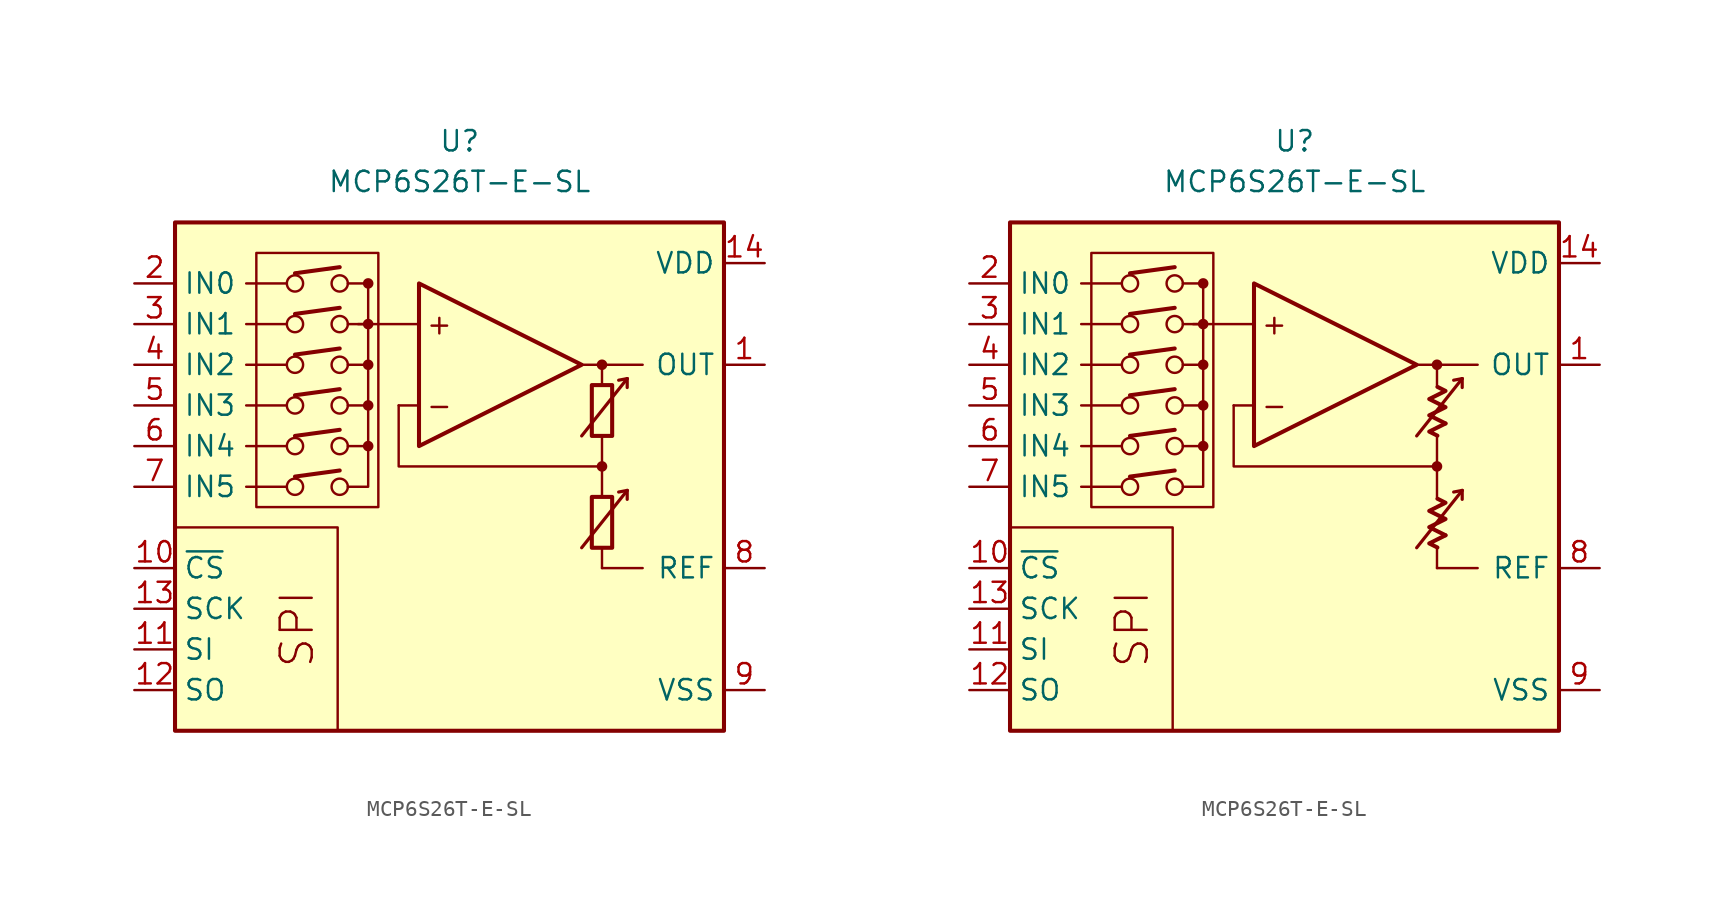
<source format=kicad_sym>
(kicad_symbol_lib
  (version 20231120)
  (generator "kicad_symbol_editor")
  (generator_version "8.0")
  (symbol "MCP6S26T-E-SL"
    (property "Reference" "U"
      (at 0 19.05 0)
      (effects (font (size 1.27 1.27))))
    (property "Value" "MCP6S26T-E-SL"
      (at 0 16.51 0)
      (effects (font (size 1.27 1.27))))
    (symbol "MCP6S26T-E-SL_0_0"
      (rectangle (start -17.78 13.97) (end 16.51 -17.78) (stroke (width 0.254) (type default)) (fill (type background)))
      (rectangle (start -12.7 12.065) (end -5.08 -3.81) (stroke (width 0.152) (type default)) (fill (type none)))
      (circle (center -10.287 -2.54) (radius 0.508) (stroke (width 0) (type default)) (fill (type none)))
      (circle (center -10.287 0) (radius 0.508) (stroke (width 0) (type default)) (fill (type none)))
      (circle (center -10.287 2.54) (radius 0.508) (stroke (width 0) (type default)) (fill (type none)))
      (circle (center -10.287 5.08) (radius 0.508) (stroke (width 0) (type default)) (fill (type none)))
      (circle (center -10.287 7.62) (radius 0.508) (stroke (width 0) (type default)) (fill (type none)))
      (circle (center -10.287 10.16) (radius 0.508) (stroke (width 0) (type default)) (fill (type none)))
      (circle (center -7.493 -2.54) (radius 0.508) (stroke (width 0) (type default)) (fill (type none)))
      (circle (center -7.493 0) (radius 0.508) (stroke (width 0) (type default)) (fill (type none)))
      (circle (center -7.493 2.54) (radius 0.508) (stroke (width 0) (type default)) (fill (type none)))
      (circle (center -7.493 5.08) (radius 0.508) (stroke (width 0) (type default)) (fill (type none)))
      (circle (center -7.493 7.62) (radius 0.508) (stroke (width 0) (type default)) (fill (type none)))
      (circle (center -7.493 10.16) (radius 0.508) (stroke (width 0) (type default)) (fill (type none)))
      (circle (center -5.715 0) (radius 0.254) (stroke (width 0.152) (type default)) (fill (type outline)))
      (circle (center -5.715 2.54) (radius 0.254) (stroke (width 0.152) (type default)) (fill (type outline)))
      (circle (center -5.715 5.08) (radius 0.254) (stroke (width 0.152) (type default)) (fill (type outline)))
      (circle (center -5.715 7.62) (radius 0.254) (stroke (width 0.152) (type default)) (fill (type outline)))
      (circle (center -5.715 10.16) (radius 0.254) (stroke (width 0.152) (type default)) (fill (type outline)))
      (polyline (pts (xy 8.89 -3.81)) (stroke (width 0.152) (type default)) (fill (type none)))
      (polyline (pts (xy 8.89 -3.81)) (stroke (width 0.152) (type default)) (fill (type none)))
      (polyline (pts (xy 8.89 -3.175)) (stroke (width 0.152) (type default)) (fill (type none)))
      (polyline (pts (xy 8.89 3.175)) (stroke (width 0.152) (type default)) (fill (type none)))
      (polyline (pts (xy 8.89 3.81)) (stroke (width 0.152) (type default)) (fill (type none)))
      (polyline (pts (xy 8.89 3.81)) (stroke (width 0.152) (type default)) (fill (type none)))
      (polyline (pts (xy -10.795 -2.54) (xy -13.335 -2.54)) (stroke (width 0.152) (type default)) (fill (type none)))
      (polyline (pts (xy -10.795 0) (xy -13.335 0)) (stroke (width 0.152) (type default)) (fill (type none)))
      (polyline (pts (xy -10.795 2.54) (xy -13.335 2.54)) (stroke (width 0.152) (type default)) (fill (type none)))
      (polyline (pts (xy -10.795 5.08) (xy -13.335 5.08)) (stroke (width 0.152) (type default)) (fill (type none)))
      (polyline (pts (xy -10.795 7.62) (xy -13.335 7.62)) (stroke (width 0.152) (type default)) (fill (type none)))
      (polyline (pts (xy -10.795 10.16) (xy -13.335 10.16)) (stroke (width 0.152) (type default)) (fill (type none)))
      (polyline (pts (xy -10.287 -1.905) (xy -7.493 -1.524)) (stroke (width 0.254) (type default)) (fill (type none)))
      (polyline (pts (xy -10.287 0.635) (xy -7.493 1.016)) (stroke (width 0.254) (type default)) (fill (type none)))
      (polyline (pts (xy -10.287 3.175) (xy -7.493 3.556)) (stroke (width 0.254) (type default)) (fill (type none)))
      (polyline (pts (xy -10.287 5.715) (xy -7.493 6.096)) (stroke (width 0.254) (type default)) (fill (type none)))
      (polyline (pts (xy -10.287 8.255) (xy -7.493 8.636)) (stroke (width 0.254) (type default)) (fill (type none)))
      (polyline (pts (xy -10.287 10.795) (xy -7.493 11.176)) (stroke (width 0.254) (type default)) (fill (type none)))
      (polyline (pts (xy -5.715 10.16) (xy -6.985 10.16)) (stroke (width 0.152) (type default)) (fill (type none)))
      (polyline (pts (xy -2.54 2.54) (xy -3.81 2.54)) (stroke (width 0.152) (type default)) (fill (type none)))
      (polyline (pts (xy -2.54 7.62) (xy -6.35 7.62)) (stroke (width 0.152) (type default)) (fill (type none)))
      (polyline (pts (xy 7.62 5.08) (xy 11.43 5.08)) (stroke (width 0.152) (type default)) (fill (type none)))
      (polyline (pts (xy 8.89 -6.35) (xy 8.89 -7.62)) (stroke (width 0.152) (type default)) (fill (type none)))
      (polyline (pts (xy 8.89 -1.27) (xy 8.89 -3.175)) (stroke (width 0.152) (type default)) (fill (type none)))
      (polyline (pts (xy 8.89 0.635) (xy 8.89 -1.27)) (stroke (width 0.152) (type default)) (fill (type none)))
      (polyline (pts (xy 8.89 5.08) (xy 8.89 3.81)) (stroke (width 0.152) (type default)) (fill (type none)))
      (polyline (pts (xy -7.62 -17.78) (xy -7.62 -5.08) (xy -17.78 -5.08)) (stroke (width 0.152) (type default)) (fill (type none)))
      (polyline (pts (xy -6.985 -2.54) (xy -5.715 -2.54) (xy -5.715 0)) (stroke (width 0.152) (type default)) (fill (type none)))
      (polyline (pts (xy -6.985 0) (xy -5.715 0) (xy -5.715 2.54)) (stroke (width 0.152) (type default)) (fill (type none)))
      (polyline (pts (xy -6.985 2.54) (xy -5.715 2.54) (xy -5.715 5.08)) (stroke (width 0.152) (type default)) (fill (type none)))
      (polyline (pts (xy -6.985 5.08) (xy -5.715 5.08) (xy -5.715 7.62)) (stroke (width 0.152) (type default)) (fill (type none)))
      (polyline (pts (xy -6.985 7.62) (xy -5.715 7.62) (xy -5.715 10.16)) (stroke (width 0.152) (type default)) (fill (type none)))
      (polyline (pts (xy 8.89 -1.27) (xy -3.81 -1.27) (xy -3.81 2.54)) (stroke (width 0.152) (type default)) (fill (type none)))
      (circle (center 8.89 -1.27) (radius 0.254) (stroke (width 0.152) (type default)) (fill (type outline)))
      (circle (center 8.89 5.08) (radius 0.254) (stroke (width 0.152) (type default)) (fill (type outline)))
      (text "+" (at -1.27 7.62 0) (effects (font (size 1.27 1.27))))
      (text "-" (at -1.27 2.54 0) (effects (font (size 1.27 1.27))))
      (text "SPI" (at -10.16 -11.43 900) (effects (font (size 2 2)))))
    (symbol "MCP6S26T-E-SL_0_1"
      (rectangle (start 8.255 -3.175) (end 9.525 -6.35) (stroke (width 0.254) (type default)) (fill (type none)))
      (rectangle (start 8.255 3.81) (end 9.525 0.635) (stroke (width 0.254) (type default)) (fill (type none))))
    (symbol "MCP6S26T-E-SL_0_2"
      (polyline (pts (xy 9.422 -5.572) (xy 8.406 -6.08) (xy 8.915 -6.333)) (stroke (width 0.254) (type default)) (fill (type none)))
      (polyline (pts (xy 9.422 1.413) (xy 8.406 0.905) (xy 8.915 0.651)) (stroke (width 0.254) (type default)) (fill (type none)))
      (polyline (pts (xy 8.915 -3.285) (xy 9.422 -3.539) (xy 8.406 -4.048) (xy 9.422 -4.556) (xy 8.406 -5.064) (xy 9.422 -5.572)) (stroke (width 0.254) (type default)) (fill (type none)))
      (polyline (pts (xy 8.915 3.7) (xy 9.422 3.446) (xy 8.406 2.938) (xy 9.422 2.429) (xy 8.406 1.921) (xy 9.422 1.413)) (stroke (width 0.254) (type default)) (fill (type none))))
    (symbol "MCP6S26T-E-SL_1_0"
      (polyline (pts (xy 8.89 -7.62) (xy 11.43 -7.62)) (stroke (width 0) (type default)) (fill (type none)))
      (polyline (pts (xy 10.465 -2.769) (xy 9.931 -2.87)) (stroke (width 0.2) (type default)) (fill (type none)))
      (polyline (pts (xy 10.465 -2.769) (xy 10.465 -3.327)) (stroke (width 0.2) (type default)) (fill (type none)))
      (polyline (pts (xy 10.465 4.216) (xy 9.931 4.115)) (stroke (width 0.2) (type default)) (fill (type none)))
      (polyline (pts (xy 10.465 4.216) (xy 10.465 3.658)) (stroke (width 0.2) (type default)) (fill (type none)))
      (polyline (pts (xy -2.54 10.16) (xy -2.54 0) (xy 7.62 5.08) (xy -2.54 10.16)) (stroke (width 0.254) (type default)) (fill (type background)))
      (polyline (pts (xy 7.62 -6.35) (xy 10.465 -2.769) (xy 10.465 -2.769) (xy 10.465 -2.769)) (stroke (width 0.2) (type default)) (fill (type none)))
      (polyline (pts (xy 7.62 0.635) (xy 10.465 4.216) (xy 10.465 4.216) (xy 10.465 4.216)) (stroke (width 0.2) (type default)) (fill (type none))))
    (symbol "MCP6S26T-E-SL_1_1"
      (pin output line (at 19.05 5.08 180) (length 2.54) (name "OUT" (effects (font (size 1.27 1.27)))) (number "1" (effects (font (size 1.27 1.27)))))
      (pin input line (at -20.32 -7.62 0) (length 2.54) (name "~{CS}" (effects (font (size 1.27 1.27)))) (number "10" (effects (font (size 1.27 1.27)))))
      (pin input line (at -20.32 -12.7 0) (length 2.54) (name "SI" (effects (font (size 1.27 1.27)))) (number "11" (effects (font (size 1.27 1.27)))))
      (pin output line (at -20.32 -15.24 0) (length 2.54) (name "SO" (effects (font (size 1.27 1.27)))) (number "12" (effects (font (size 1.27 1.27)))))
      (pin input line (at -20.32 -10.16 0) (length 2.54) (name "SCK" (effects (font (size 1.27 1.27)))) (number "13" (effects (font (size 1.27 1.27)))))
      (pin power_in line (at 19.05 11.43 180) (length 2.54) (name "VDD" (effects (font (size 1.27 1.27)))) (number "14" (effects (font (size 1.27 1.27)))))
      (pin input line (at -20.32 10.16 0) (length 2.54) (name "IN0" (effects (font (size 1.27 1.27)))) (number "2" (effects (font (size 1.27 1.27)))))
      (pin input line (at -20.32 7.62 0) (length 2.54) (name "IN1" (effects (font (size 1.27 1.27)))) (number "3" (effects (font (size 1.27 1.27)))))
      (pin input line (at -20.32 5.08 0) (length 2.54) (name "IN2" (effects (font (size 1.27 1.27)))) (number "4" (effects (font (size 1.27 1.27)))))
      (pin input line (at -20.32 2.54 0) (length 2.54) (name "IN3" (effects (font (size 1.27 1.27)))) (number "5" (effects (font (size 1.27 1.27)))))
      (pin input line (at -20.32 0 0) (length 2.54) (name "IN4" (effects (font (size 1.27 1.27)))) (number "6" (effects (font (size 1.27 1.27)))))
      (pin input line (at -20.32 -2.54 0) (length 2.54) (name "IN5" (effects (font (size 1.27 1.27)))) (number "7" (effects (font (size 1.27 1.27)))))
      (pin passive line (at 19.05 -7.62 180) (length 2.54) (name "REF" (effects (font (size 1.27 1.27)))) (number "8" (effects (font (size 1.27 1.27)))))
      (pin power_in line (at 19.05 -15.24 180) (length 2.54) (name "VSS" (effects (font (size 1.27 1.27)))) (number "9" (effects (font (size 1.27 1.27))))))
    (symbol "MCP6S26T-E-SL_1_2"
      (pin output line (at 19.05 5.08 180) (length 2.54) (name "OUT" (effects (font (size 1.27 1.27)))) (number "1" (effects (font (size 1.27 1.27)))))
      (pin input line (at -20.32 -7.62 0) (length 2.54) (name "~{CS}" (effects (font (size 1.27 1.27)))) (number "10" (effects (font (size 1.27 1.27)))))
      (pin input line (at -20.32 -12.7 0) (length 2.54) (name "SI" (effects (font (size 1.27 1.27)))) (number "11" (effects (font (size 1.27 1.27)))))
      (pin output line (at -20.32 -15.24 0) (length 2.54) (name "SO" (effects (font (size 1.27 1.27)))) (number "12" (effects (font (size 1.27 1.27)))))
      (pin input line (at -20.32 -10.16 0) (length 2.54) (name "SCK" (effects (font (size 1.27 1.27)))) (number "13" (effects (font (size 1.27 1.27)))))
      (pin power_in line (at 19.05 11.43 180) (length 2.54) (name "VDD" (effects (font (size 1.27 1.27)))) (number "14" (effects (font (size 1.27 1.27)))))
      (pin input line (at -20.32 10.16 0) (length 2.54) (name "IN0" (effects (font (size 1.27 1.27)))) (number "2" (effects (font (size 1.27 1.27)))))
      (pin input line (at -20.32 7.62 0) (length 2.54) (name "IN1" (effects (font (size 1.27 1.27)))) (number "3" (effects (font (size 1.27 1.27)))))
      (pin input line (at -20.32 5.08 0) (length 2.54) (name "IN2" (effects (font (size 1.27 1.27)))) (number "4" (effects (font (size 1.27 1.27)))))
      (pin input line (at -20.32 2.54 0) (length 2.54) (name "IN3" (effects (font (size 1.27 1.27)))) (number "5" (effects (font (size 1.27 1.27)))))
      (pin input line (at -20.32 0 0) (length 2.54) (name "IN4" (effects (font (size 1.27 1.27)))) (number "6" (effects (font (size 1.27 1.27)))))
      (pin input line (at -20.32 -2.54 0) (length 2.54) (name "IN5" (effects (font (size 1.27 1.27)))) (number "7" (effects (font (size 1.27 1.27)))))
      (pin passive line (at 19.05 -7.62 180) (length 2.54) (name "REF" (effects (font (size 1.27 1.27)))) (number "8" (effects (font (size 1.27 1.27)))))
      (pin power_in line (at 19.05 -15.24 180) (length 2.54) (name "VSS" (effects (font (size 1.27 1.27)))) (number "9" (effects (font (size 1.27 1.27))))))))
</source>
